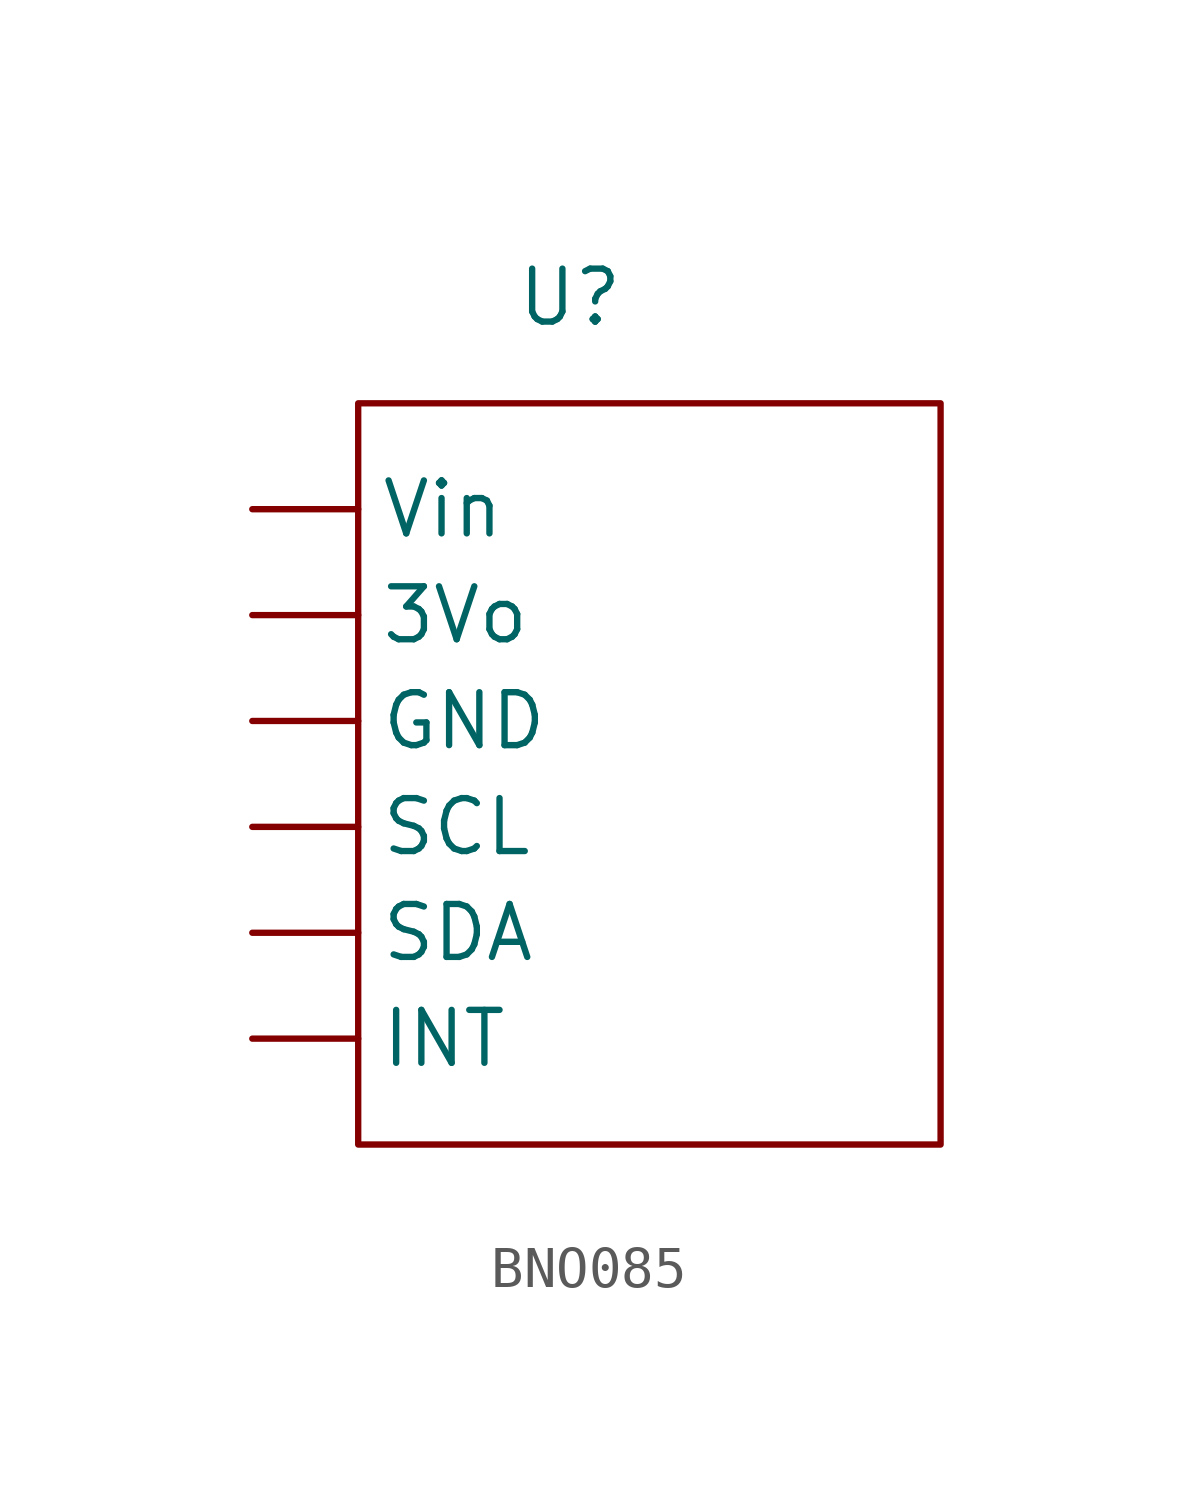
<source format=kicad_sym>
(kicad_symbol_lib
  (version 20231120)
  (generator "kicad_symbol_editor")
  (generator_version "8.0")
  (symbol "BNO085"
    (property "Reference" "U"
      (at 0 0 0)
      (effects (font (size 1.27 1.27))))
    (property "Value" ""
      (at 0 0 0)
      (effects (font (size 1.27 1.27))))
    (symbol "BNO085_0_1"
      (rectangle (start -5.08 -2.54) (end 8.89 -20.32) (stroke (width 0) (type default)) (fill (type none))))
    (symbol "BNO085_1_1"
      (pin input line (at -7.62 -7.62 0) (length 2.54) (name "3Vo" (effects (font (size 1.27 1.27)))) (number "" (effects (font (size 1.27 1.27)))))
      (pin input line (at -7.62 -10.16 0) (length 2.54) (name "GND" (effects (font (size 1.27 1.27)))) (number "" (effects (font (size 1.27 1.27)))))
      (pin input line (at -7.62 -17.78 0) (length 2.54) (name "INT" (effects (font (size 1.27 1.27)))) (number "" (effects (font (size 1.27 1.27)))))
      (pin input line (at -7.62 -12.7 0) (length 2.54) (name "SCL" (effects (font (size 1.27 1.27)))) (number "" (effects (font (size 1.27 1.27)))))
      (pin input line (at -7.62 -15.24 0) (length 2.54) (name "SDA" (effects (font (size 1.27 1.27)))) (number "" (effects (font (size 1.27 1.27)))))
      (pin input line (at -7.62 -5.08 0) (length 2.54) (name "Vin" (effects (font (size 1.27 1.27)))) (number "" (effects (font (size 1.27 1.27))))))))
</source>
